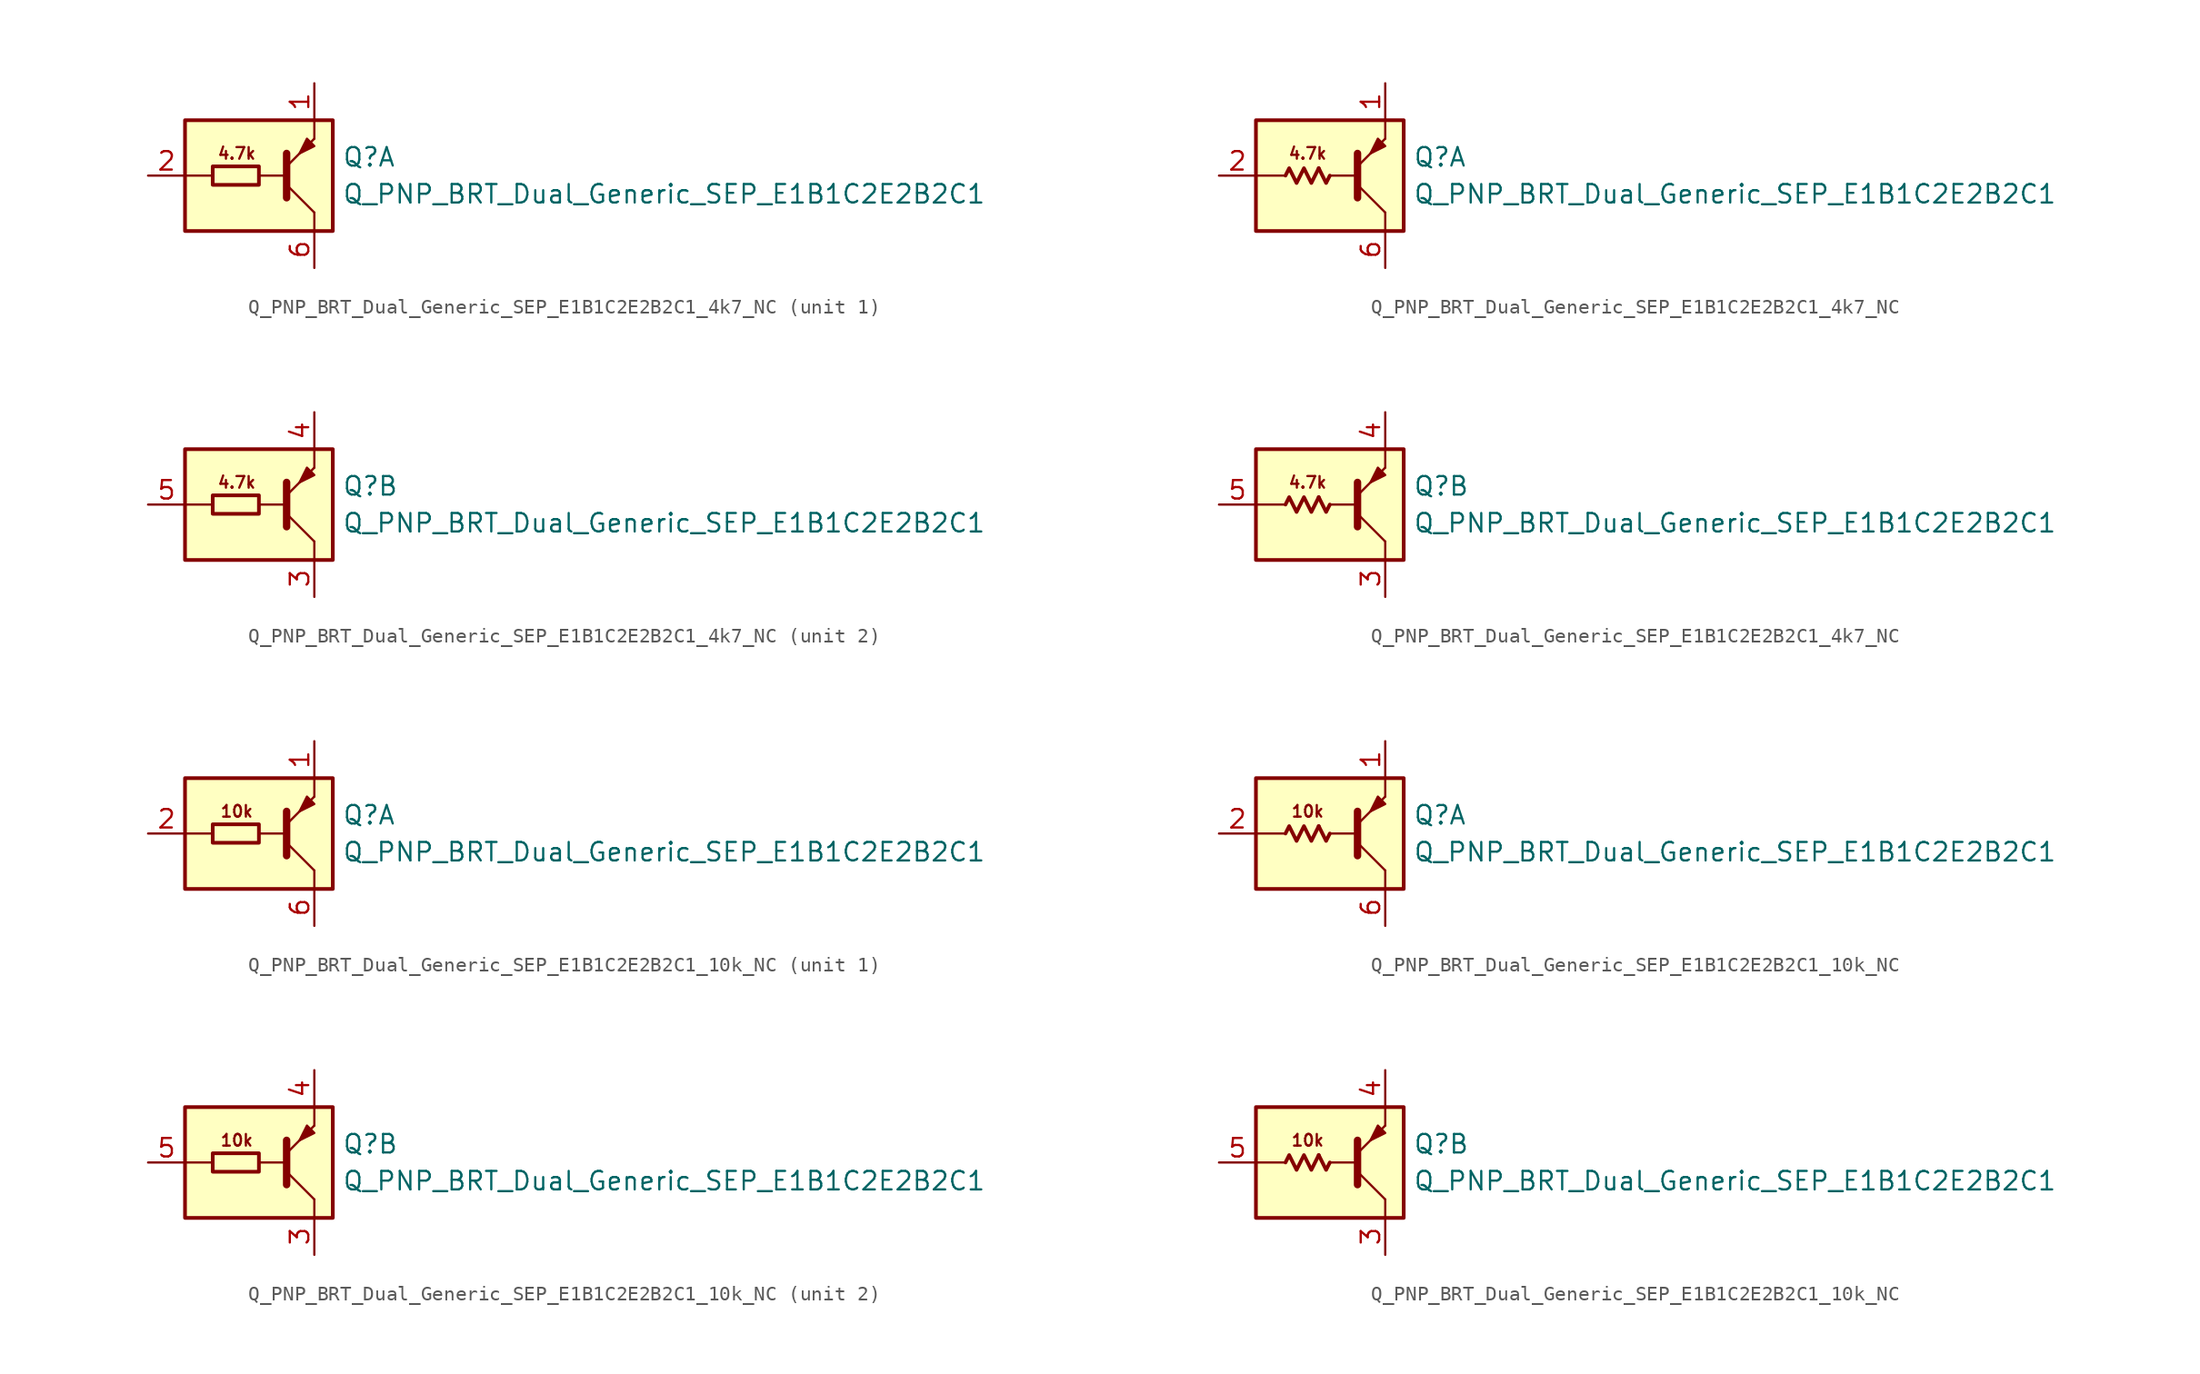
<source format=kicad_sym>
(kicad_symbol_lib
  (version 20220914)
  (generator kicad_symbol_editor)
  (symbol "Q_PNP_BRT_Dual_Generic_SEP_E1B1C2E2B2C1_4k7_NC"
    (pin_names
      (offset 1.016) hide)
    (property "Reference" "Q"
      (at 5.715 1.27 0)
      (effects (font (size 1.27 1.27)) (justify left)))
    (property "Value" "Q_PNP_BRT_Dual_Generic_SEP_E1B1C2E2B2C1"
      (at 5.715 -1.27 0)
      (effects (font (size 1.27 1.27)) (justify left)))
    (property "ki_locked" ""
      (at 0 0 0)
      (effects (font (size 1.27 1.27))))
    (symbol "Q_PNP_BRT_Dual_Generic_SEP_E1B1C2E2B2C1_4k7_NC_0_2"
      (polyline (pts (xy -0.762 0.508) (xy -0.254 -0.508) (xy 0 0)) (stroke (width 0.254) (type default)) (fill (type none)))
      (polyline (pts (xy -3.048 0) (xy -2.794 0.508) (xy -2.286 -0.508) (xy -1.778 0.508) (xy -1.27 -0.508) (xy -0.762 0.508)) (stroke (width 0.254) (type default)) (fill (type none))))
    (symbol "Q_PNP_BRT_Dual_Generic_SEP_E1B1C2E2B2C1_4k7_NC_1_0"
      (rectangle (start -5.08 3.81) (end 5.08 -3.81) (stroke (width 0.254) (type default)) (fill (type background)))
      (polyline (pts (xy -3.175 0) (xy -5.08 0)) (stroke (width 0) (type default)) (fill (type none)))
      (polyline (pts (xy 0 0) (xy 1.905 0)) (stroke (width 0) (type default)) (fill (type none)))
      (polyline (pts (xy 1.905 -1.524) (xy 1.905 1.524)) (stroke (width 0.508) (type default)) (fill (type none)))
      (polyline (pts (xy 1.905 -0.635) (xy 3.81 -2.54)) (stroke (width 0) (type default)) (fill (type none)))
      (polyline (pts (xy 3.81 -2.54) (xy 3.81 -3.81)) (stroke (width 0) (type default)) (fill (type none)))
      (polyline (pts (xy 3.81 2.54) (xy 3.81 3.81)) (stroke (width 0) (type default)) (fill (type none)))
      (polyline (pts (xy 1.905 0.635) (xy 3.81 2.54) (xy 3.81 2.54)) (stroke (width 0) (type default)) (fill (type none)))
      (polyline (pts (xy 3.81 2.032) (xy 3.302 2.54) (xy 2.794 1.524) (xy 3.81 2.032) (xy 3.81 2.032)) (stroke (width 0) (type default)) (fill (type outline)))
      (text "4.7k" (at -1.524 1.524 0) (effects (font (size 0.8 0.8)))))
    (symbol "Q_PNP_BRT_Dual_Generic_SEP_E1B1C2E2B2C1_4k7_NC_1_1"
      (rectangle (start 0 0.635) (end -3.175 -0.635) (stroke (width 0.254) (type default)) (fill (type none)))
      (pin passive line (at 3.81 6.35 270) (length 2.54) (name "E1" (effects (font (size 1.27 1.27)))) (number "1" (effects (font (size 1.27 1.27)))))
      (pin input line (at -7.62 0 0) (length 2.54) (name "B1" (effects (font (size 1.27 1.27)))) (number "2" (effects (font (size 1.27 1.27)))))
      (pin passive line (at 3.81 -6.35 90) (length 2.54) (name "C1" (effects (font (size 1.27 1.27)))) (number "6" (effects (font (size 1.27 1.27))))))
    (symbol "Q_PNP_BRT_Dual_Generic_SEP_E1B1C2E2B2C1_4k7_NC_1_2"
      (pin passive line (at 3.81 6.35 270) (length 2.54) (name "E1" (effects (font (size 1.27 1.27)))) (number "1" (effects (font (size 1.27 1.27)))))
      (pin input line (at -7.62 0 0) (length 2.54) (name "B1" (effects (font (size 1.27 1.27)))) (number "2" (effects (font (size 1.27 1.27)))))
      (pin passive line (at 3.81 -6.35 90) (length 2.54) (name "C1" (effects (font (size 1.27 1.27)))) (number "6" (effects (font (size 1.27 1.27))))))
    (symbol "Q_PNP_BRT_Dual_Generic_SEP_E1B1C2E2B2C1_4k7_NC_2_0"
      (rectangle (start -5.08 3.81) (end 5.08 -3.81) (stroke (width 0.254) (type default)) (fill (type background)))
      (polyline (pts (xy -3.175 0) (xy -5.08 0)) (stroke (width 0) (type default)) (fill (type none)))
      (polyline (pts (xy 0 0) (xy 1.905 0)) (stroke (width 0) (type default)) (fill (type none)))
      (polyline (pts (xy 1.905 -1.524) (xy 1.905 1.524)) (stroke (width 0.508) (type default)) (fill (type none)))
      (polyline (pts (xy 1.905 -0.635) (xy 3.81 -2.54)) (stroke (width 0) (type default)) (fill (type none)))
      (polyline (pts (xy 3.81 -2.54) (xy 3.81 -3.81)) (stroke (width 0) (type default)) (fill (type none)))
      (polyline (pts (xy 3.81 2.54) (xy 3.81 3.81)) (stroke (width 0) (type default)) (fill (type none)))
      (polyline (pts (xy 1.905 0.635) (xy 3.81 2.54) (xy 3.81 2.54)) (stroke (width 0) (type default)) (fill (type none)))
      (polyline (pts (xy 3.81 2.032) (xy 3.302 2.54) (xy 2.794 1.524) (xy 3.81 2.032) (xy 3.81 2.032)) (stroke (width 0) (type default)) (fill (type outline)))
      (text "4.7k" (at -1.524 1.524 0) (effects (font (size 0.8 0.8)))))
    (symbol "Q_PNP_BRT_Dual_Generic_SEP_E1B1C2E2B2C1_4k7_NC_2_1"
      (rectangle (start 0 0.635) (end -3.175 -0.635) (stroke (width 0.254) (type default)) (fill (type none)))
      (pin passive line (at 3.81 -6.35 90) (length 2.54) (name "C2" (effects (font (size 1.27 1.27)))) (number "3" (effects (font (size 1.27 1.27)))))
      (pin passive line (at 3.81 6.35 270) (length 2.54) (name "E2" (effects (font (size 1.27 1.27)))) (number "4" (effects (font (size 1.27 1.27)))))
      (pin input line (at -7.62 0 0) (length 2.54) (name "B2" (effects (font (size 1.27 1.27)))) (number "5" (effects (font (size 1.27 1.27))))))
    (symbol "Q_PNP_BRT_Dual_Generic_SEP_E1B1C2E2B2C1_4k7_NC_2_2"
      (pin passive line (at 3.81 -6.35 90) (length 2.54) (name "C2" (effects (font (size 1.27 1.27)))) (number "3" (effects (font (size 1.27 1.27)))))
      (pin passive line (at 3.81 6.35 270) (length 2.54) (name "E2" (effects (font (size 1.27 1.27)))) (number "4" (effects (font (size 1.27 1.27)))))
      (pin input line (at -7.62 0 0) (length 2.54) (name "B2" (effects (font (size 1.27 1.27)))) (number "5" (effects (font (size 1.27 1.27)))))))
  (symbol "Q_PNP_BRT_Dual_Generic_SEP_E1B1C2E2B2C1_10k_NC"
    (pin_names
      (offset 1.016) hide)
    (property "Reference" "Q"
      (at 5.715 1.27 0)
      (effects (font (size 1.27 1.27)) (justify left)))
    (property "Value" "Q_PNP_BRT_Dual_Generic_SEP_E1B1C2E2B2C1"
      (at 5.715 -1.27 0)
      (effects (font (size 1.27 1.27)) (justify left)))
    (property "ki_locked" ""
      (at 0 0 0)
      (effects (font (size 1.27 1.27))))
    (symbol "Q_PNP_BRT_Dual_Generic_SEP_E1B1C2E2B2C1_10k_NC_0_2"
      (polyline (pts (xy -0.762 0.508) (xy -0.254 -0.508) (xy 0 0)) (stroke (width 0.254) (type default)) (fill (type none)))
      (polyline (pts (xy -3.048 0) (xy -2.794 0.508) (xy -2.286 -0.508) (xy -1.778 0.508) (xy -1.27 -0.508) (xy -0.762 0.508)) (stroke (width 0.254) (type default)) (fill (type none))))
    (symbol "Q_PNP_BRT_Dual_Generic_SEP_E1B1C2E2B2C1_10k_NC_1_0"
      (rectangle (start -5.08 3.81) (end 5.08 -3.81) (stroke (width 0.254) (type default)) (fill (type background)))
      (polyline (pts (xy -3.175 0) (xy -5.08 0)) (stroke (width 0) (type default)) (fill (type none)))
      (polyline (pts (xy 0 0) (xy 1.905 0)) (stroke (width 0) (type default)) (fill (type none)))
      (polyline (pts (xy 1.905 -1.524) (xy 1.905 1.524)) (stroke (width 0.508) (type default)) (fill (type none)))
      (polyline (pts (xy 1.905 -0.635) (xy 3.81 -2.54)) (stroke (width 0) (type default)) (fill (type none)))
      (polyline (pts (xy 3.81 -2.54) (xy 3.81 -3.81)) (stroke (width 0) (type default)) (fill (type none)))
      (polyline (pts (xy 3.81 2.54) (xy 3.81 3.81)) (stroke (width 0) (type default)) (fill (type none)))
      (polyline (pts (xy 1.905 0.635) (xy 3.81 2.54) (xy 3.81 2.54)) (stroke (width 0) (type default)) (fill (type none)))
      (polyline (pts (xy 3.81 2.032) (xy 3.302 2.54) (xy 2.794 1.524) (xy 3.81 2.032) (xy 3.81 2.032)) (stroke (width 0) (type default)) (fill (type outline)))
      (text "10k" (at -1.524 1.524 0) (effects (font (size 0.8 0.8)))))
    (symbol "Q_PNP_BRT_Dual_Generic_SEP_E1B1C2E2B2C1_10k_NC_1_1"
      (rectangle (start 0 0.635) (end -3.175 -0.635) (stroke (width 0.254) (type default)) (fill (type none)))
      (pin passive line (at 3.81 6.35 270) (length 2.54) (name "E1" (effects (font (size 1.27 1.27)))) (number "1" (effects (font (size 1.27 1.27)))))
      (pin input line (at -7.62 0 0) (length 2.54) (name "B1" (effects (font (size 1.27 1.27)))) (number "2" (effects (font (size 1.27 1.27)))))
      (pin passive line (at 3.81 -6.35 90) (length 2.54) (name "C1" (effects (font (size 1.27 1.27)))) (number "6" (effects (font (size 1.27 1.27))))))
    (symbol "Q_PNP_BRT_Dual_Generic_SEP_E1B1C2E2B2C1_10k_NC_1_2"
      (pin passive line (at 3.81 6.35 270) (length 2.54) (name "E1" (effects (font (size 1.27 1.27)))) (number "1" (effects (font (size 1.27 1.27)))))
      (pin input line (at -7.62 0 0) (length 2.54) (name "B1" (effects (font (size 1.27 1.27)))) (number "2" (effects (font (size 1.27 1.27)))))
      (pin passive line (at 3.81 -6.35 90) (length 2.54) (name "C1" (effects (font (size 1.27 1.27)))) (number "6" (effects (font (size 1.27 1.27))))))
    (symbol "Q_PNP_BRT_Dual_Generic_SEP_E1B1C2E2B2C1_10k_NC_2_0"
      (rectangle (start -5.08 3.81) (end 5.08 -3.81) (stroke (width 0.254) (type default)) (fill (type background)))
      (polyline (pts (xy -3.175 0) (xy -5.08 0)) (stroke (width 0) (type default)) (fill (type none)))
      (polyline (pts (xy 0 0) (xy 1.905 0)) (stroke (width 0) (type default)) (fill (type none)))
      (polyline (pts (xy 1.905 -1.524) (xy 1.905 1.524)) (stroke (width 0.508) (type default)) (fill (type none)))
      (polyline (pts (xy 1.905 -0.635) (xy 3.81 -2.54)) (stroke (width 0) (type default)) (fill (type none)))
      (polyline (pts (xy 3.81 -2.54) (xy 3.81 -3.81)) (stroke (width 0) (type default)) (fill (type none)))
      (polyline (pts (xy 3.81 2.54) (xy 3.81 3.81)) (stroke (width 0) (type default)) (fill (type none)))
      (polyline (pts (xy 1.905 0.635) (xy 3.81 2.54) (xy 3.81 2.54)) (stroke (width 0) (type default)) (fill (type none)))
      (polyline (pts (xy 3.81 2.032) (xy 3.302 2.54) (xy 2.794 1.524) (xy 3.81 2.032) (xy 3.81 2.032)) (stroke (width 0) (type default)) (fill (type outline)))
      (text "10k" (at -1.524 1.524 0) (effects (font (size 0.8 0.8)))))
    (symbol "Q_PNP_BRT_Dual_Generic_SEP_E1B1C2E2B2C1_10k_NC_2_1"
      (rectangle (start 0 0.635) (end -3.175 -0.635) (stroke (width 0.254) (type default)) (fill (type none)))
      (pin passive line (at 3.81 -6.35 90) (length 2.54) (name "C2" (effects (font (size 1.27 1.27)))) (number "3" (effects (font (size 1.27 1.27)))))
      (pin passive line (at 3.81 6.35 270) (length 2.54) (name "E2" (effects (font (size 1.27 1.27)))) (number "4" (effects (font (size 1.27 1.27)))))
      (pin input line (at -7.62 0 0) (length 2.54) (name "B2" (effects (font (size 1.27 1.27)))) (number "5" (effects (font (size 1.27 1.27))))))
    (symbol "Q_PNP_BRT_Dual_Generic_SEP_E1B1C2E2B2C1_10k_NC_2_2"
      (pin passive line (at 3.81 -6.35 90) (length 2.54) (name "C2" (effects (font (size 1.27 1.27)))) (number "3" (effects (font (size 1.27 1.27)))))
      (pin passive line (at 3.81 6.35 270) (length 2.54) (name "E2" (effects (font (size 1.27 1.27)))) (number "4" (effects (font (size 1.27 1.27)))))
      (pin input line (at -7.62 0 0) (length 2.54) (name "B2" (effects (font (size 1.27 1.27)))) (number "5" (effects (font (size 1.27 1.27))))))))
</source>
